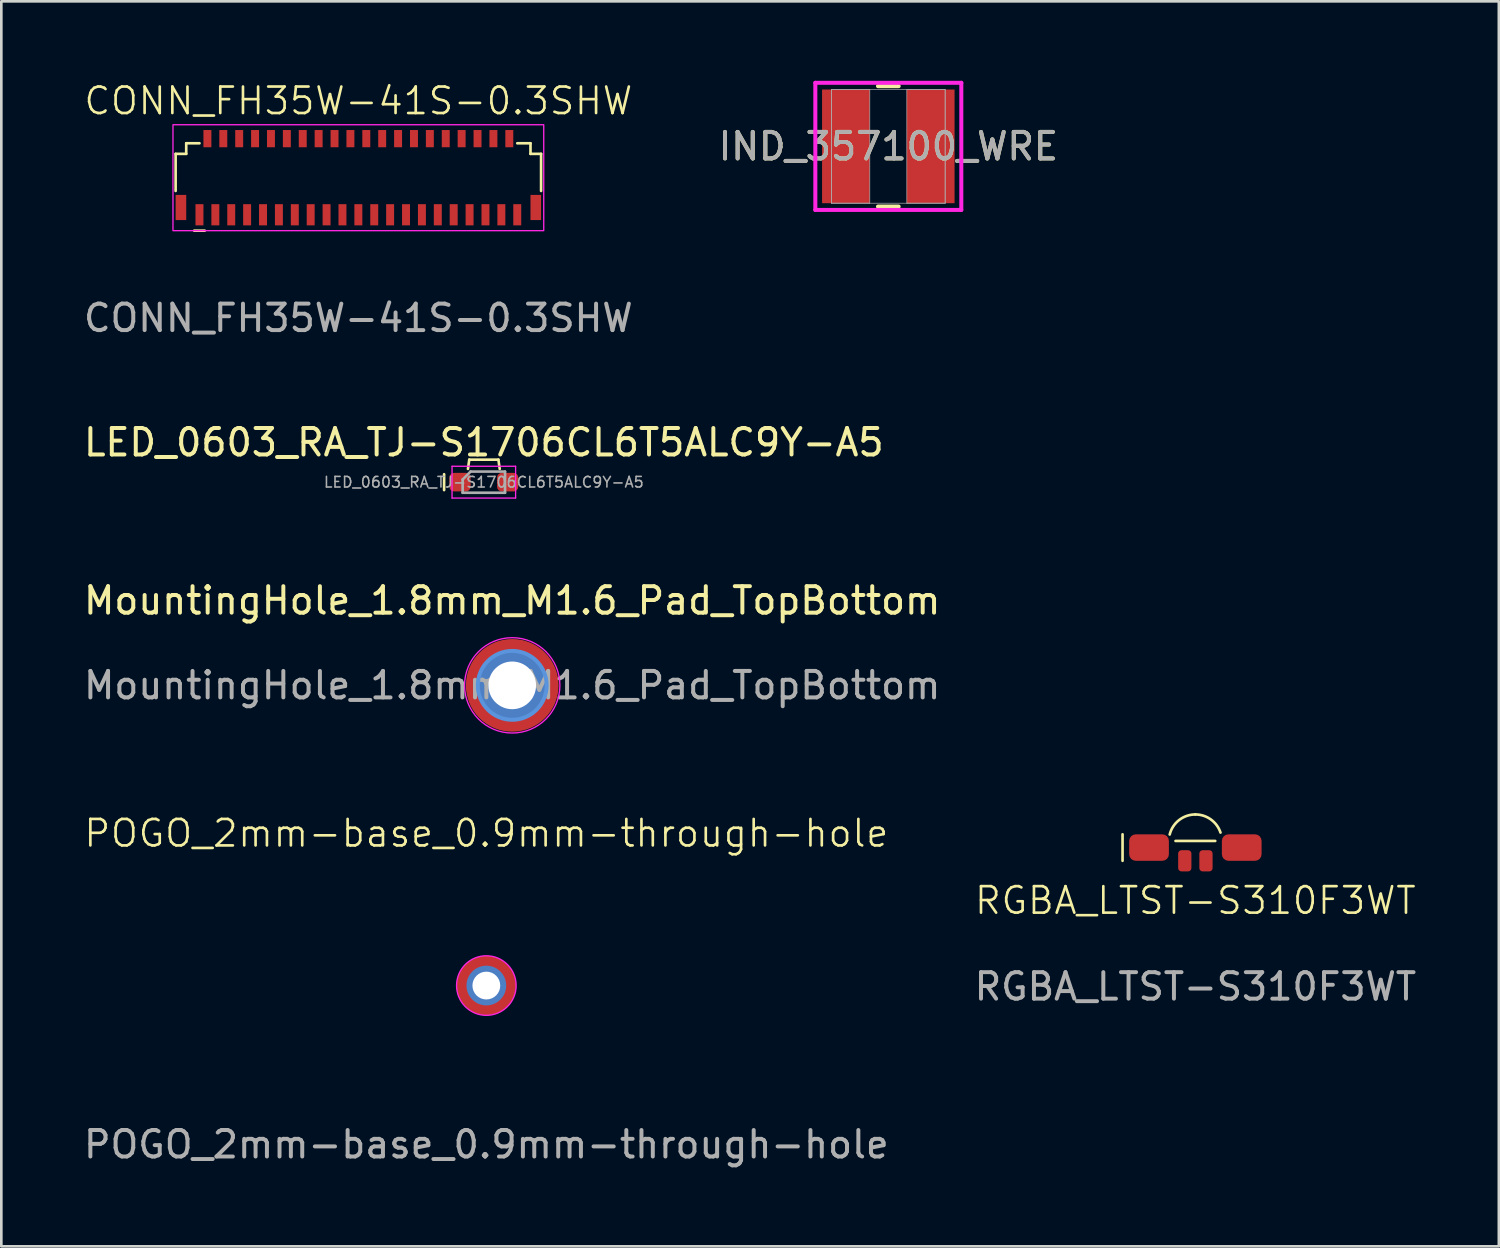
<source format=kicad_pcb>
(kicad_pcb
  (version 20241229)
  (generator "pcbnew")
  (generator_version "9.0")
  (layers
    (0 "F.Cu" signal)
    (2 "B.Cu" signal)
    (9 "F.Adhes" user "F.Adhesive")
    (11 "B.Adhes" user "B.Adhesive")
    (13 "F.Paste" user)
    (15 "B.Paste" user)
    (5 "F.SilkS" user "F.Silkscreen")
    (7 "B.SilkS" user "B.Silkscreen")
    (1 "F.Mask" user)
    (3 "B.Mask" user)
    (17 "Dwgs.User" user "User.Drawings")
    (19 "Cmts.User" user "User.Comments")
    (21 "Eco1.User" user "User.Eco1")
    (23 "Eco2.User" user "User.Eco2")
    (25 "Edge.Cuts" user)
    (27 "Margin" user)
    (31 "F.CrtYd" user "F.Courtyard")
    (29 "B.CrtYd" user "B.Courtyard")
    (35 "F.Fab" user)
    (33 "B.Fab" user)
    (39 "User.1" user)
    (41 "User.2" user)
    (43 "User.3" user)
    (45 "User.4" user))
  (footprint "MountingHole_1.8mm_M1.6_Pad_TopBottom"
    (layer "F.Cu")
    (at 16.292 22.83)
    (property "Reference" "MountingHole_1.8mm_M1.6_Pad_TopBottom" (at 0 -3.2 0) (layer "F.SilkS") (effects (font (size 1 1) (thickness 0.15))))
    (attr exclude_from_pos_files exclude_from_bom)
    (fp_circle (center 0 0) (end 1.3 0) (stroke (width 0.15) (type solid)) (fill no) (layer "Cmts.User"))
    (fp_circle (center 0 0) (end 1.8 0) (stroke (width 0.05) (type solid)) (fill no) (layer "F.CrtYd"))
    (fp_text user "${REFERENCE}" (at 0 0 0) (layer "F.Fab") (effects (font (size 1 1) (thickness 0.15))))
    (pad "1" thru_hole circle (at 0 0) (size 2.2 2.2) (drill 1.8) (layers "*.Cu" "*.Mask"))
    (pad "1" connect circle (at 0 0) (size 2.6 2.6) (layers "B.Cu" "B.Mask"))
    (pad "1" connect circle (at 0 0) (size 3.5 3.5) (layers "F.Cu" "F.Mask")))
  (footprint "CONN_FH35W-41S-0.3SHW"
    (layer "F.Cu")
    (at 10.482 3.66)
    (property "Reference" "CONN_FH35W-41S-0.3SHW" (at 0 -2.9 0) (unlocked yes) (layer "F.SilkS") (effects (font (size 1 1) (thickness 0.1))))
    (attr smd)
    (fp_line (start -6.9 -0.9) (end -6.5 -0.9) (stroke (width 0.1) (type default)) (layer "F.SilkS"))
    (fp_line (start -6.9 0.5) (end -6.9 -0.9) (stroke (width 0.1) (type default)) (layer "F.SilkS"))
    (fp_line (start -6.5 -1.3) (end -6 -1.3) (stroke (width 0.1) (type default)) (layer "F.SilkS"))
    (fp_line (start -6.5 -0.9) (end -6.5 -1.3) (stroke (width 0.1) (type default)) (layer "F.SilkS"))
    (fp_line (start -6.2 2) (end -5.8 2) (stroke (width 0.1) (type default)) (layer "F.SilkS"))
    (fp_line (start 6.5 -1.3) (end 6 -1.3) (stroke (width 0.1) (type default)) (layer "F.SilkS"))
    (fp_line (start 6.5 -0.9) (end 6.5 -1.3) (stroke (width 0.1) (type default)) (layer "F.SilkS"))
    (fp_line (start 6.9 -0.9) (end 6.5 -0.9) (stroke (width 0.1) (type default)) (layer "F.SilkS"))
    (fp_line (start 6.9 0.5) (end 6.9 -0.9) (stroke (width 0.1) (type default)) (layer "F.SilkS"))
    (fp_rect (start -7 -2) (end 7 2) (stroke (width 0.05) (type default)) (fill no) (layer "F.CrtYd"))
    (fp_text user "${REFERENCE}" (at 0 5.3 0) (unlocked yes) (layer "F.Fab") (effects (font (size 1 1) (thickness 0.15))))
    (pad "1" smd rect (at -6 1.4) (size 0.3 0.8) (layers "F.Cu" "F.Mask" "F.Paste"))
    (pad "2" smd rect (at -5.7 -1.475) (size 0.3 0.65) (layers "F.Cu" "F.Mask" "F.Paste"))
    (pad "3" smd rect (at -5.4 1.4) (size 0.3 0.8) (layers "F.Cu" "F.Mask" "F.Paste"))
    (pad "4" smd rect (at -5.1 -1.475) (size 0.3 0.65) (layers "F.Cu" "F.Mask" "F.Paste"))
    (pad "5" smd rect (at -4.8 1.4) (size 0.3 0.8) (layers "F.Cu" "F.Mask" "F.Paste"))
    (pad "6" smd rect (at -4.5 -1.475) (size 0.3 0.65) (layers "F.Cu" "F.Mask" "F.Paste"))
    (pad "7" smd rect (at -4.2 1.4) (size 0.3 0.8) (layers "F.Cu" "F.Mask" "F.Paste"))
    (pad "8" smd rect (at -3.9 -1.475) (size 0.3 0.65) (layers "F.Cu" "F.Mask" "F.Paste"))
    (pad "9" smd rect (at -3.6 1.4) (size 0.3 0.8) (layers "F.Cu" "F.Mask" "F.Paste"))
    (pad "10" smd rect (at -3.3 -1.475) (size 0.3 0.65) (layers "F.Cu" "F.Mask" "F.Paste"))
    (pad "11" smd rect (at -3 1.4) (size 0.3 0.8) (layers "F.Cu" "F.Mask" "F.Paste"))
    (pad "12" smd rect (at -2.7 -1.475) (size 0.3 0.65) (layers "F.Cu" "F.Mask" "F.Paste"))
    (pad "13" smd rect (at -2.4 1.4) (size 0.3 0.8) (layers "F.Cu" "F.Mask" "F.Paste"))
    (pad "14" smd rect (at -2.1 -1.475) (size 0.3 0.65) (layers "F.Cu" "F.Mask" "F.Paste"))
    (pad "15" smd rect (at -1.8 1.4) (size 0.3 0.8) (layers "F.Cu" "F.Mask" "F.Paste"))
    (pad "16" smd rect (at -1.5 -1.475) (size 0.3 0.65) (layers "F.Cu" "F.Mask" "F.Paste"))
    (pad "17" smd rect (at -1.2 1.4) (size 0.3 0.8) (layers "F.Cu" "F.Mask" "F.Paste"))
    (pad "18" smd rect (at -0.9 -1.475) (size 0.3 0.65) (layers "F.Cu" "F.Mask" "F.Paste"))
    (pad "19" smd rect (at -0.6 1.4) (size 0.3 0.8) (layers "F.Cu" "F.Mask" "F.Paste"))
    (pad "20" smd rect (at -0.3 -1.475) (size 0.3 0.65) (layers "F.Cu" "F.Mask" "F.Paste"))
    (pad "21" smd rect (at 0 1.4) (size 0.3 0.8) (layers "F.Cu" "F.Mask" "F.Paste"))
    (pad "22" smd rect (at 0.3 -1.475) (size 0.3 0.65) (layers "F.Cu" "F.Mask" "F.Paste"))
    (pad "23" smd rect (at 0.6 1.4) (size 0.3 0.8) (layers "F.Cu" "F.Mask" "F.Paste"))
    (pad "24" smd rect (at 0.9 -1.475) (size 0.3 0.65) (layers "F.Cu" "F.Mask" "F.Paste"))
    (pad "25" smd rect (at 1.2 1.4) (size 0.3 0.8) (layers "F.Cu" "F.Mask" "F.Paste"))
    (pad "26" smd rect (at 1.5 -1.475) (size 0.3 0.65) (layers "F.Cu" "F.Mask" "F.Paste"))
    (pad "27" smd rect (at 1.8 1.4) (size 0.3 0.8) (layers "F.Cu" "F.Mask" "F.Paste"))
    (pad "28" smd rect (at 2.1 -1.475) (size 0.3 0.65) (layers "F.Cu" "F.Mask" "F.Paste"))
    (pad "29" smd rect (at 2.4 1.4) (size 0.3 0.8) (layers "F.Cu" "F.Mask" "F.Paste"))
    (pad "30" smd rect (at 2.7 -1.475) (size 0.3 0.65) (layers "F.Cu" "F.Mask" "F.Paste"))
    (pad "31" smd rect (at 3 1.4) (size 0.3 0.8) (layers "F.Cu" "F.Mask" "F.Paste"))
    (pad "32" smd rect (at 3.3 -1.475) (size 0.3 0.65) (layers "F.Cu" "F.Mask" "F.Paste"))
    (pad "33" smd rect (at 3.6 1.4) (size 0.3 0.8) (layers "F.Cu" "F.Mask" "F.Paste"))
    (pad "34" smd rect (at 3.9 -1.475) (size 0.3 0.65) (layers "F.Cu" "F.Mask" "F.Paste"))
    (pad "35" smd rect (at 4.2 1.4) (size 0.3 0.8) (layers "F.Cu" "F.Mask" "F.Paste"))
    (pad "36" smd rect (at 4.5 -1.475) (size 0.3 0.65) (layers "F.Cu" "F.Mask" "F.Paste"))
    (pad "37" smd rect (at 4.8 1.4) (size 0.3 0.8) (layers "F.Cu" "F.Mask" "F.Paste"))
    (pad "38" smd rect (at 5.1 -1.475) (size 0.3 0.65) (layers "F.Cu" "F.Mask" "F.Paste"))
    (pad "39" smd rect (at 5.4 1.4) (size 0.3 0.8) (layers "F.Cu" "F.Mask" "F.Paste"))
    (pad "40" smd rect (at 5.7 -1.475) (size 0.3 0.65) (layers "F.Cu" "F.Mask" "F.Paste"))
    (pad "41" smd rect (at 6 1.4) (size 0.3 0.8) (layers "F.Cu" "F.Mask" "F.Paste"))
    (pad "42" smd rect (at -6.7 1.125) (size 0.4 0.95) (layers "F.Cu" "F.Mask" "F.Paste"))
    (pad "43" smd rect (at 6.7 1.125) (size 0.4 0.95) (layers "F.Cu" "F.Mask" "F.Paste")))
  (footprint "IND_357100_WRE"
    (layer "F.Cu")
    (at 30.494 2.477)
    (property "Reference" "IND_357100_WRE" (at 0 0 0) (unlocked yes) (layer "F.SilkS") (effects (font (size 1 1) (thickness 0.15))))
    (attr smd)
    (fp_line (start -0.391 2.273) (end 0.391 2.273) (stroke (width 0.152) (type solid)) (layer "F.SilkS"))
    (fp_line (start 0.391 -2.273) (end -0.391 -2.273) (stroke (width 0.152) (type solid)) (layer "F.SilkS"))
    (fp_line (start -2.756 -2.4) (end 2.756 -2.4) (stroke (width 0.152) (type solid)) (layer "F.CrtYd"))
    (fp_line (start -2.756 2.4) (end -2.756 -2.4) (stroke (width 0.152) (type solid)) (layer "F.CrtYd"))
    (fp_line (start 2.756 -2.4) (end 2.756 2.4) (stroke (width 0.152) (type solid)) (layer "F.CrtYd"))
    (fp_line (start 2.756 2.4) (end -2.756 2.4) (stroke (width 0.152) (type solid)) (layer "F.CrtYd"))
    (fp_line (start -2.146 -2.146) (end -2.146 2.146) (stroke (width 0.025) (type solid)) (layer "F.Fab"))
    (fp_line (start -2.146 -2.146) (end -2.146 2.146) (stroke (width 0.025) (type solid)) (layer "F.Fab"))
    (fp_line (start -2.146 2.146) (end -0.699 2.146) (stroke (width 0.025) (type solid)) (layer "F.Fab"))
    (fp_line (start -2.146 2.146) (end 2.146 2.146) (stroke (width 0.025) (type solid)) (layer "F.Fab"))
    (fp_line (start -0.699 -2.146) (end -2.146 -2.146) (stroke (width 0.025) (type solid)) (layer "F.Fab"))
    (fp_line (start -0.699 2.146) (end -0.699 -2.146) (stroke (width 0.025) (type solid)) (layer "F.Fab"))
    (fp_line (start 0.699 -2.146) (end 0.699 2.146) (stroke (width 0.025) (type solid)) (layer "F.Fab"))
    (fp_line (start 0.699 2.146) (end 2.146 2.146) (stroke (width 0.025) (type solid)) (layer "F.Fab"))
    (fp_line (start 2.146 -2.146) (end -2.146 -2.146) (stroke (width 0.025) (type solid)) (layer "F.Fab"))
    (fp_line (start 2.146 -2.146) (end 0.699 -2.146) (stroke (width 0.025) (type solid)) (layer "F.Fab"))
    (fp_line (start 2.146 2.146) (end 2.146 -2.146) (stroke (width 0.025) (type solid)) (layer "F.Fab"))
    (fp_line (start 2.146 2.146) (end 2.146 -2.146) (stroke (width 0.025) (type solid)) (layer "F.Fab"))
    (fp_circle (center -1.473 0) (end -1.473 0) (stroke (width 0.025) (type solid)) (fill no) (layer "F.Fab"))
    (fp_text user "${REFERENCE}" (at 0 0 0) (unlocked yes) (layer "F.Fab") (effects (font (size 1 1) (thickness 0.15))))
    (pad "1" smd rect (at -1.6 0) (size 1.803 4.293) (layers "F.Cu" "F.Mask" "F.Paste"))
    (pad "2" smd rect (at 1.6 0) (size 1.803 4.293) (layers "F.Cu" "F.Mask" "F.Paste"))
    (zone (net_name "") (layer "F.Cu") (hatch full 0.508) (connect_pads) (min_thickness 0.254) (filled_areas_thickness no) (keepout (tracks not_allowed) (vias not_allowed) (pads allowed) (copperpour not_allowed) (footprints allowed)) (placement (enabled no)) (fill) (polygon (pts (xy 29.846 0.381) (xy 31.142 0.381) (xy 31.142 4.572) (xy 29.846 4.572)))))
  (footprint "LED_0603_RA_TJ-S1706CL6T5ALC9Y-A5"
    (layer "F.Cu")
    (at 15.22 15.157)
    (property "Reference" "LED_0603_RA_TJ-S1706CL6T5ALC9Y-A5" (at 0 -1.5 0) (layer "F.SilkS") (effects (font (size 1 1) (thickness 0.15))))
    (attr smd)
    (fp_line (start -1.5 -0.3) (end -1.5 0.3) (stroke (width 0.1) (type solid)) (layer "F.SilkS"))
    (fp_line (start -0.55 -0.85) (end -0.6 -0.5) (stroke (width 0.1) (type solid)) (layer "F.SilkS"))
    (fp_line (start -0.55 -0.85) (end 0.55 -0.85) (stroke (width 0.1) (type solid)) (layer "F.SilkS"))
    (fp_line (start 0.55 -0.85) (end 0.6 -0.5) (stroke (width 0.1) (type solid)) (layer "F.SilkS"))
    (fp_line (start -1.2 -0.6) (end 1.2 -0.6) (stroke (width 0.05) (type solid)) (layer "F.CrtYd"))
    (fp_line (start -1.2 0.6) (end -1.2 -0.6) (stroke (width 0.05) (type solid)) (layer "F.CrtYd"))
    (fp_line (start 1.2 -0.6) (end 1.2 0.6) (stroke (width 0.05) (type solid)) (layer "F.CrtYd"))
    (fp_line (start 1.2 0.6) (end -1.2 0.6) (stroke (width 0.05) (type solid)) (layer "F.CrtYd"))
    (fp_line (start -0.8 -0.1) (end -0.8 0.4) (stroke (width 0.1) (type solid)) (layer "F.Fab"))
    (fp_line (start -0.8 0.4) (end 0.8 0.4) (stroke (width 0.1) (type solid)) (layer "F.Fab"))
    (fp_line (start -0.5 -0.4) (end -0.8 -0.1) (stroke (width 0.1) (type solid)) (layer "F.Fab"))
    (fp_line (start 0.8 -0.4) (end -0.5 -0.4) (stroke (width 0.1) (type solid)) (layer "F.Fab"))
    (fp_line (start 0.8 0.4) (end 0.8 -0.4) (stroke (width 0.1) (type solid)) (layer "F.Fab"))
    (fp_text user "${REFERENCE}" (at 0 0 0) (layer "F.Fab") (effects (font (size 0.4 0.4) (thickness 0.06))))
    (pad "1" smd roundrect (at -0.9 0) (size 0.8 0.7) (layers "F.Cu" "F.Mask" "F.Paste") (roundrect_rratio 0.25))
    (pad "2" smd roundrect (at 0.9 0) (size 0.8 0.7) (layers "F.Cu" "F.Mask" "F.Paste") (roundrect_rratio 0.25)))
  (footprint "POGO_2mm-base_0.9mm-through-hole"
    (layer "F.Cu")
    (at 15.315 34.166)
    (property "Reference" "POGO_2mm-base_0.9mm-through-hole" (at 0 -5.75 0) (unlocked yes) (layer "F.SilkS") (effects (font (size 1 1) (thickness 0.1))))
    (attr smd)
    (fp_circle (center 0 0) (end 1.125 0) (stroke (width 0.05) (type default)) (fill no) (layer "F.CrtYd"))
    (fp_text user "${REFERENCE}" (at 0 6 0) (unlocked yes) (layer "F.Fab") (effects (font (size 1 1) (thickness 0.15))))
    (pad "1" thru_hole circle (at 0 0) (size 1.5 1.5) (drill 1.05) (layers "*.Cu" "*.Mask"))
    (pad "1" smd circle (at 0 0) (size 2.25 2.25) (layers "F.Cu" "F.Mask" "F.Paste")))
  (footprint "RGBA_LTST-S310F3WT"
    (layer "F.Cu")
    (at 42.089 28.955)
    (property "Reference" "RGBA_LTST-S310F3WT" (at 0 2 0) (unlocked yes) (layer "F.SilkS") (effects (font (size 1 1) (thickness 0.1))))
    (attr smd)
    (fp_line (start -2.75 -0.5) (end -2.75 0.5) (stroke (width 0.1) (type default)) (layer "F.SilkS"))
    (fp_line (start -0.75 -0.25) (end 0.75 -0.25) (stroke (width 0.1) (type default)) (layer "F.SilkS"))
    (fp_arc (start -0.970143 -0.492536) (mid -0.615412 -1.038206) (end 0 -1.25) (stroke (width 0.1) (type default)) (layer "F.SilkS"))
    (fp_arc (start 0 -1.25) (mid 0.58471 -1.061242) (end 0.948683 -0.566228) (stroke (width 0.1) (type default)) (layer "F.SilkS"))
    (fp_text user "${REFERENCE}" (at 0 5.25 0) (unlocked yes) (layer "F.Fab") (effects (font (size 1 1) (thickness 0.15))))
    (pad "1" smd roundrect (at -1.75 0) (size 1.5 1) (layers "F.Cu" "F.Mask" "F.Paste") (roundrect_rratio 0.25))
    (pad "2" smd roundrect (at -0.4 0.5) (size 0.5 0.8) (layers "F.Cu" "F.Mask" "F.Paste") (roundrect_rratio 0.25))
    (pad "3" smd roundrect (at 0.4 0.5) (size 0.5 0.8) (layers "F.Cu" "F.Mask" "F.Paste") (roundrect_rratio 0.25))
    (pad "4" smd roundrect (at 1.75 0) (size 1.5 1) (layers "F.Cu" "F.Mask" "F.Paste") (roundrect_rratio 0.25)))
  (gr_rect
    (start -3 -3)
    (end 53.548 44.014)
    (stroke (width 0.1) (type default))
    (fill no)
    (layer "Edge.Cuts")))
</source>
